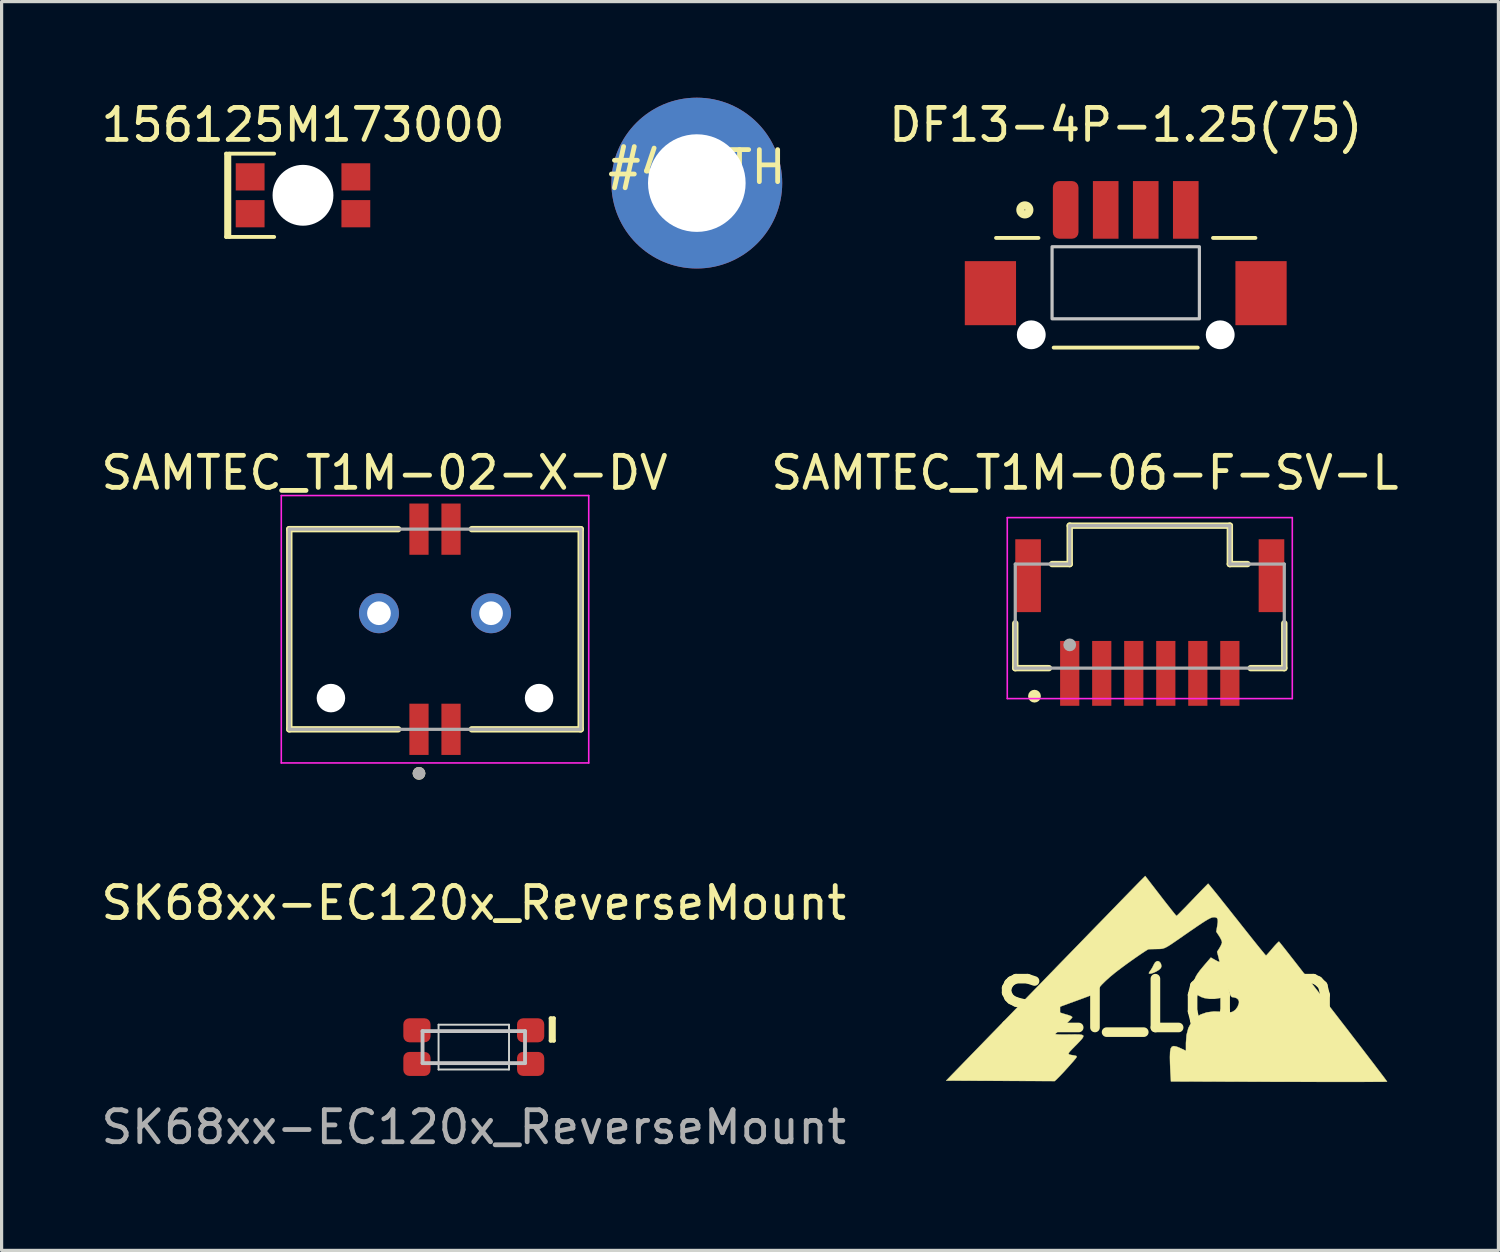
<source format=kicad_pcb>
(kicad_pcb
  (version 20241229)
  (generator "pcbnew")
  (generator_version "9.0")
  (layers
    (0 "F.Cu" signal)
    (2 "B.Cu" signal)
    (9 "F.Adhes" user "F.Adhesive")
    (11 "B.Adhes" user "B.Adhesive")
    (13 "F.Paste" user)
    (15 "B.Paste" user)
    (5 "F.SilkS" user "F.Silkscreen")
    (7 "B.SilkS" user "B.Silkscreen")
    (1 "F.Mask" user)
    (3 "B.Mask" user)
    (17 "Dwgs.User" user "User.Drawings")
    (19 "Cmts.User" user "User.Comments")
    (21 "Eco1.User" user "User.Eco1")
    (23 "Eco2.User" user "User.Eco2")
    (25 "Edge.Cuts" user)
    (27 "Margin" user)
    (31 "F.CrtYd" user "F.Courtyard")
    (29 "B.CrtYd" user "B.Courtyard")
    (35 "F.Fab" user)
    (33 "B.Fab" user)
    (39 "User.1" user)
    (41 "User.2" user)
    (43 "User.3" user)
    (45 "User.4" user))
  (footprint "DF13-4P-1.25(75)"
    (layer "F.Cu")
    (at 32.101 4.404)
    (property "Reference" "DF13-4P-1.25(75)" (at 0 -3.556 0) (layer "F.SilkS") (effects (font (size 1 1) (thickness 0.15))))
    (attr through_hole)
    (fp_line (start -4.05 -0.025) (end -2.725 -0.025) (stroke (width 0.12) (type solid)) (layer "F.SilkS"))
    (fp_line (start -2.25 3.4) (end 2.25 3.4) (stroke (width 0.12) (type solid)) (layer "F.SilkS"))
    (fp_line (start 4.05 -0.025) (end 2.725 -0.025) (stroke (width 0.12) (type solid)) (layer "F.SilkS"))
    (fp_circle (center -3.15 -0.9) (end -3.009 -0.9) (stroke (width 0.254) (type solid)) (fill no) (layer "F.SilkS"))
    (fp_poly (pts (xy 2.3 2.5) (xy -2.3 2.5) (xy -2.3 0.25) (xy 2.3 0.25)) (stroke (width 0.1) (type solid)) (fill no) (layer "Dwgs.User"))
    (pad "" np_thru_hole circle (at -2.95 3 180) (size 0.9 0.9) (drill 0.9) (layers "*.Cu" "*.Mask"))
    (pad "" np_thru_hole circle (at 2.95 3 180) (size 0.9 0.9) (drill 0.9) (layers "*.Cu" "*.Mask"))
    (pad "1" smd roundrect (at -1.875 -0.9) (size 0.8 1.8) (layers "F.Cu" "F.Mask" "F.Paste") (roundrect_rratio 0.25))
    (pad "2" smd rect (at -0.625 -0.9) (size 0.8 1.8) (layers "F.Cu" "F.Mask" "F.Paste"))
    (pad "3" smd rect (at 0.625 -0.9) (size 0.8 1.8) (layers "F.Cu" "F.Mask" "F.Paste"))
    (pad "4" smd rect (at 1.875 -0.9) (size 0.8 1.8) (layers "F.Cu" "F.Mask" "F.Paste"))
    (pad "5" smd rect (at -4.225 1.7) (size 1.6 2) (layers "F.Cu" "F.Mask" "F.Paste"))
    (pad "5" smd rect (at 4.225 1.7 180) (size 1.6 2) (layers "F.Cu" "F.Mask" "F.Paste")))
  (footprint "#4_PTH"
    (layer "F.Cu")
    (at 18.708 2.667)
    (property "Reference" "#4_PTH" (at 0 -0.5 0) (unlocked yes) (layer "F.SilkS") (effects (font (size 1 1) (thickness 0.15))))
    (pad "1" thru_hole circle (at 0 0) (size 5.334 5.334) (drill 3.048) (layers "*.Cu" "*.Mask")))
  (footprint "SAMTEC_T1M-06-F-SV-L"
    (layer "F.Cu")
    (at 32.852 15.588)
    (property "Reference" "SAMTEC_T1M-06-F-SV-L" (at -2.025 -3.875 0) (layer "F.SilkS") (effects (font (size 1 1) (thickness 0.15))))
    (attr through_hole)
    (fp_line (start -4.2 2.225) (end -4.2 0.825) (stroke (width 0.2) (type solid)) (layer "F.SilkS"))
    (fp_line (start -4.2 2.225) (end -3.15 2.225) (stroke (width 0.2) (type solid)) (layer "F.SilkS"))
    (fp_line (start -3.05 -1.025) (end -2.5 -1.025) (stroke (width 0.2) (type solid)) (layer "F.SilkS"))
    (fp_line (start -2.5 -2.225) (end 2.5 -2.225) (stroke (width 0.2) (type solid)) (layer "F.SilkS"))
    (fp_line (start -2.5 -1.025) (end -2.5 -2.225) (stroke (width 0.2) (type solid)) (layer "F.SilkS"))
    (fp_line (start 2.5 -1.025) (end 2.5 -2.225) (stroke (width 0.2) (type solid)) (layer "F.SilkS"))
    (fp_line (start 3.05 -1.025) (end 2.5 -1.025) (stroke (width 0.2) (type solid)) (layer "F.SilkS"))
    (fp_line (start 4.2 2.225) (end 3.15 2.225) (stroke (width 0.2) (type solid)) (layer "F.SilkS"))
    (fp_line (start 4.2 2.225) (end 4.2 0.825) (stroke (width 0.2) (type solid)) (layer "F.SilkS"))
    (fp_circle (center -3.6 3.1) (end -3.5 3.1) (stroke (width 0.2) (type solid)) (fill no) (layer "F.SilkS"))
    (fp_line (start -4.45 -2.475) (end 4.45 -2.475) (stroke (width 0.05) (type solid)) (layer "F.CrtYd"))
    (fp_line (start -4.45 3.175) (end -4.45 -2.475) (stroke (width 0.05) (type solid)) (layer "F.CrtYd"))
    (fp_line (start 4.45 -2.475) (end 4.45 3.175) (stroke (width 0.05) (type solid)) (layer "F.CrtYd"))
    (fp_line (start 4.45 3.175) (end -4.45 3.175) (stroke (width 0.05) (type solid)) (layer "F.CrtYd"))
    (fp_line (start -4.2 -1.025) (end -2.5 -1.025) (stroke (width 0.1) (type solid)) (layer "F.Fab"))
    (fp_line (start -4.2 2.225) (end -4.2 -1.025) (stroke (width 0.1) (type solid)) (layer "F.Fab"))
    (fp_line (start -4.2 2.225) (end 4.2 2.225) (stroke (width 0.1) (type solid)) (layer "F.Fab"))
    (fp_line (start -2.5 -2.225) (end 2.5 -2.225) (stroke (width 0.1) (type solid)) (layer "F.Fab"))
    (fp_line (start -2.5 -1.025) (end -2.5 -2.225) (stroke (width 0.1) (type solid)) (layer "F.Fab"))
    (fp_line (start 2.5 -1.025) (end 2.5 -2.225) (stroke (width 0.1) (type solid)) (layer "F.Fab"))
    (fp_line (start 4.2 -1.025) (end 2.5 -1.025) (stroke (width 0.1) (type solid)) (layer "F.Fab"))
    (fp_line (start 4.2 2.225) (end 4.2 -1.025) (stroke (width 0.1) (type solid)) (layer "F.Fab"))
    (fp_circle (center -2.5 1.498) (end -2.4 1.498) (stroke (width 0.2) (type solid)) (fill no) (layer "F.Fab"))
    (pad "1" smd rect (at -2.5 2.388) (size 0.6 2.025) (layers "F.Cu" "F.Mask" "F.Paste"))
    (pad "2" smd rect (at -1.5 2.388) (size 0.6 2.025) (layers "F.Cu" "F.Mask" "F.Paste"))
    (pad "3" smd rect (at -0.5 2.388) (size 0.6 2.025) (layers "F.Cu" "F.Mask" "F.Paste"))
    (pad "4" smd rect (at 0.5 2.388) (size 0.6 2.025) (layers "F.Cu" "F.Mask" "F.Paste"))
    (pad "5" smd rect (at 1.5 2.388) (size 0.6 2.025) (layers "F.Cu" "F.Mask" "F.Paste"))
    (pad "6" smd rect (at 2.5 2.388) (size 0.6 2.025) (layers "F.Cu" "F.Mask" "F.Paste"))
    (pad "S1" smd rect (at -3.8 -0.662) (size 0.8 2.275) (layers "F.Cu" "F.Mask" "F.Paste"))
    (pad "S2" smd rect (at 3.8 -0.662) (size 0.8 2.275) (layers "F.Cu" "F.Mask" "F.Paste")))
  (footprint "SLI_LOGO"
    (layer "F.Cu")
    (at 33.354 28.344)
    (property "Reference" "SLI_LOGO" (at 0 0 0) (layer "F.SilkS") (effects (font (size 1.524 1.524) (thickness 0.3))))
    (attr through_hole)
    (fp_poly (pts (xy -0.218 -1.378) (xy -0.167 -1.326) (xy -0.153 -1.296) (xy -0.137 -1.226) (xy -0.156 -1.167) (xy -0.216 -1.11) (xy -0.3 -1.059) (xy -0.385 -1.019) (xy -0.46 -0.995) (xy -0.514 -0.99) (xy -0.533 -1.005) (xy -0.52 -1.033) (xy -0.486 -1.084) (xy -0.474 -1.1) (xy -0.424 -1.179) (xy -0.384 -1.259) (xy -0.382 -1.265) (xy -0.334 -1.346) (xy -0.276 -1.384) (xy -0.218 -1.378)) (stroke (width 0.01) (type solid)) (fill yes) (layer "F.SilkS"))
    (fp_poly (pts (xy -0.164 -3.418) (xy -0.045 -3.264) (xy 0.065 -3.124) (xy 0.161 -3.002) (xy 0.239 -2.904) (xy 0.296 -2.834) (xy 0.328 -2.798) (xy 0.333 -2.794) (xy 0.354 -2.812) (xy 0.405 -2.861) (xy 0.482 -2.939) (xy 0.58 -3.038) (xy 0.694 -3.156) (xy 0.82 -3.287) (xy 0.828 -3.296) (xy 0.954 -3.428) (xy 1.069 -3.547) (xy 1.168 -3.649) (xy 1.246 -3.728) (xy 1.298 -3.781) (xy 1.32 -3.802) (xy 1.32 -3.802) (xy 1.338 -3.784) (xy 1.384 -3.729) (xy 1.456 -3.641) (xy 1.551 -3.524) (xy 1.666 -3.382) (xy 1.797 -3.216) (xy 1.944 -3.033) (xy 2.101 -2.833) (xy 2.223 -2.68) (xy 2.387 -2.472) (xy 2.542 -2.277) (xy 2.685 -2.097) (xy 2.812 -1.938) (xy 2.922 -1.801) (xy 3.012 -1.692) (xy 3.077 -1.612) (xy 3.117 -1.567) (xy 3.127 -1.557) (xy 3.149 -1.577) (xy 3.196 -1.629) (xy 3.261 -1.703) (xy 3.325 -1.778) (xy 3.4 -1.865) (xy 3.465 -1.935) (xy 3.512 -1.98) (xy 3.531 -1.994) (xy 3.549 -1.974) (xy 3.595 -1.917) (xy 3.667 -1.827) (xy 3.763 -1.705) (xy 3.88 -1.556) (xy 4.016 -1.382) (xy 4.168 -1.187) (xy 4.334 -0.973) (xy 4.511 -0.745) (xy 4.697 -0.505) (xy 4.89 -0.256) (xy 5.086 -0.001) (xy 5.285 0.256) (xy 5.482 0.512) (xy 5.677 0.764) (xy 5.865 1.009) (xy 6.046 1.244) (xy 6.216 1.466) (xy 6.373 1.671) (xy 6.515 1.856) (xy 6.638 2.019) (xy 6.742 2.155) (xy 6.823 2.262) (xy 6.878 2.337) (xy 6.906 2.376) (xy 6.909 2.381) (xy 6.884 2.383) (xy 6.811 2.384) (xy 6.693 2.386) (xy 6.534 2.386) (xy 6.335 2.387) (xy 6.101 2.388) (xy 5.833 2.388) (xy 5.535 2.388) (xy 5.21 2.388) (xy 4.861 2.388) (xy 4.49 2.387) (xy 4.101 2.386) (xy 3.696 2.385) (xy 3.534 2.385) (xy 0.159 2.375) (xy 0.143 2.111) (xy 0.136 1.962) (xy 0.13 1.796) (xy 0.127 1.642) (xy 0.127 1.598) (xy 0.132 1.45) (xy 0.15 1.348) (xy 0.187 1.289) (xy 0.246 1.269) (xy 0.333 1.285) (xy 0.452 1.334) (xy 0.472 1.343) (xy 0.627 1.417) (xy 0.627 1.172) (xy 0.645 0.925) (xy 0.701 0.712) (xy 0.793 0.533) (xy 0.921 0.391) (xy 1.082 0.285) (xy 1.276 0.218) (xy 1.503 0.188) (xy 1.759 0.199) (xy 1.784 0.202) (xy 1.901 0.215) (xy 1.982 0.217) (xy 2.043 0.21) (xy 2.093 0.193) (xy 2.17 0.138) (xy 2.235 0.051) (xy 2.277 -0.048) (xy 2.286 -0.112) (xy 2.263 -0.179) (xy 2.203 -0.229) (xy 2.121 -0.253) (xy 2.105 -0.254) (xy 2.062 -0.261) (xy 2.032 -0.289) (xy 2.003 -0.35) (xy 1.991 -0.381) (xy 1.963 -0.452) (xy 1.94 -0.498) (xy 1.93 -0.508) (xy 1.911 -0.487) (xy 1.88 -0.433) (xy 1.855 -0.383) (xy 1.815 -0.307) (xy 1.775 -0.264) (xy 1.718 -0.239) (xy 1.687 -0.231) (xy 1.524 -0.205) (xy 1.356 -0.205) (xy 1.2 -0.23) (xy 1.105 -0.263) (xy 0.996 -0.321) (xy 0.928 -0.379) (xy 0.892 -0.453) (xy 0.878 -0.554) (xy 0.876 -0.619) (xy 0.881 -0.716) (xy 0.896 -0.802) (xy 0.928 -0.886) (xy 0.98 -0.976) (xy 1.056 -1.082) (xy 1.163 -1.212) (xy 1.205 -1.262) (xy 1.405 -1.495) (xy 1.541 -1.418) (xy 1.611 -1.381) (xy 1.66 -1.36) (xy 1.676 -1.359) (xy 1.67 -1.392) (xy 1.655 -1.457) (xy 1.638 -1.525) (xy 1.6 -1.674) (xy 1.676 -1.794) (xy 1.719 -1.872) (xy 1.747 -1.942) (xy 1.753 -1.974) (xy 1.739 -2.026) (xy 1.703 -2.1) (xy 1.663 -2.168) (xy 1.573 -2.303) (xy 1.605 -2.486) (xy 1.621 -2.607) (xy 1.618 -2.686) (xy 1.592 -2.732) (xy 1.541 -2.752) (xy 1.493 -2.753) (xy 1.458 -2.749) (xy 1.416 -2.737) (xy 1.364 -2.713) (xy 1.296 -2.676) (xy 1.209 -2.623) (xy 1.097 -2.55) (xy 0.957 -2.456) (xy 0.785 -2.338) (xy 0.584 -2.199) (xy 0.408 -2.076) (xy 0.267 -1.979) (xy 0.157 -1.904) (xy 0.07 -1.849) (xy 0.001 -1.811) (xy -0.056 -1.786) (xy -0.106 -1.772) (xy -0.157 -1.765) (xy -0.214 -1.762) (xy -0.279 -1.761) (xy -0.384 -1.759) (xy -0.472 -1.757) (xy -0.528 -1.755) (xy -0.537 -1.755) (xy -0.57 -1.74) (xy -0.637 -1.699) (xy -0.732 -1.637) (xy -0.847 -1.559) (xy -0.977 -1.469) (xy -1.114 -1.372) (xy -1.252 -1.273) (xy -1.384 -1.175) (xy -1.504 -1.085) (xy -1.582 -1.024) (xy -1.74 -0.894) (xy -1.88 -0.768) (xy -1.998 -0.652) (xy -2.085 -0.552) (xy -2.136 -0.477) (xy -2.178 -0.411) (xy -2.222 -0.364) (xy -2.231 -0.358) (xy -2.267 -0.342) (xy -2.344 -0.313) (xy -2.455 -0.271) (xy -2.592 -0.22) (xy -2.749 -0.162) (xy -2.885 -0.113) (xy -3.052 -0.052) (xy -3.204 0.004) (xy -3.335 0.052) (xy -3.437 0.09) (xy -3.503 0.116) (xy -3.527 0.126) (xy -3.527 0.138) (xy -3.494 0.157) (xy -3.423 0.185) (xy -3.311 0.222) (xy -3.155 0.27) (xy -3.029 0.307) (xy -2.964 0.332) (xy -2.925 0.36) (xy -2.921 0.37) (xy -2.939 0.398) (xy -2.988 0.452) (xy -3.062 0.525) (xy -3.154 0.611) (xy -3.185 0.639) (xy -3.281 0.726) (xy -3.362 0.802) (xy -3.42 0.859) (xy -3.45 0.891) (xy -3.452 0.896) (xy -3.429 0.901) (xy -3.363 0.906) (xy -3.263 0.909) (xy -3.136 0.909) (xy -3.017 0.908) (xy -2.837 0.906) (xy -2.705 0.908) (xy -2.62 0.919) (xy -2.578 0.942) (xy -2.579 0.982) (xy -2.618 1.043) (xy -2.695 1.128) (xy -2.806 1.243) (xy -2.821 1.257) (xy -2.924 1.362) (xy -2.994 1.436) (xy -3.032 1.485) (xy -3.037 1.516) (xy -3.012 1.534) (xy -2.957 1.547) (xy -2.873 1.56) (xy -2.864 1.562) (xy -2.803 1.575) (xy -2.783 1.593) (xy -2.793 1.625) (xy -2.82 1.661) (xy -2.874 1.726) (xy -2.949 1.812) (xy -3.036 1.91) (xy -3.129 2.013) (xy -3.22 2.112) (xy -3.303 2.199) (xy -3.369 2.266) (xy -3.383 2.28) (xy -3.47 2.363) (xy -5.165 2.356) (xy -6.861 2.349) (xy -3.936 -0.66) (xy -3.614 -0.992) (xy -3.3 -1.316) (xy -2.995 -1.629) (xy -2.702 -1.93) (xy -2.423 -2.218) (xy -2.159 -2.489) (xy -1.913 -2.741) (xy -1.687 -2.974) (xy -1.483 -3.184) (xy -1.302 -3.37) (xy -1.147 -3.529) (xy -1.02 -3.659) (xy -0.923 -3.759) (xy -0.857 -3.826) (xy -0.828 -3.856) (xy -0.644 -4.041) (xy -0.164 -3.418)) (stroke (width 0.01) (type solid)) (fill yes) (layer "F.SilkS")))
  (footprint "SK68xx-EC120x_ReverseMount"
    (layer "F.Cu")
    (at 11.744 29.646)
    (property "Reference" "SK68xx-EC120x_ReverseMount" (at 0 -4.5 0) (unlocked yes) (layer "F.SilkS") (effects (font (size 1 1) (thickness 0.15))))
    (attr smd)
    (fp_line (start 2.4 -0.9) (end 2.5 -0.9) (stroke (width 0.12) (type solid)) (layer "F.SilkS"))
    (fp_line (start 2.4 -0.2) (end 2.4 -0.9) (stroke (width 0.12) (type solid)) (layer "F.SilkS"))
    (fp_line (start 2.5 -0.9) (end 2.5 -0.2) (stroke (width 0.12) (type solid)) (layer "F.SilkS"))
    (fp_line (start 2.5 -0.2) (end 2.4 -0.2) (stroke (width 0.12) (type solid)) (layer "F.SilkS"))
    (fp_line (start -1.6 -0.5) (end 1.6 -0.5) (stroke (width 0.12) (type solid)) (layer "Dwgs.User"))
    (fp_line (start -1.6 0.5) (end -1.6 -0.5) (stroke (width 0.12) (type solid)) (layer "Dwgs.User"))
    (fp_line (start -1.6 0.5) (end 1.6 0.5) (stroke (width 0.12) (type solid)) (layer "Dwgs.User"))
    (fp_line (start 1.6 0.5) (end 1.6 -0.5) (stroke (width 0.12) (type solid)) (layer "Dwgs.User"))
    (fp_line (start -1.1 -0.7) (end 1.1 -0.7) (stroke (width 0.06) (type solid)) (layer "Edge.Cuts"))
    (fp_line (start -1.1 0.7) (end -1.1 -0.7) (stroke (width 0.06) (type solid)) (layer "Edge.Cuts"))
    (fp_line (start -1.1 0.7) (end 1.1 0.7) (stroke (width 0.06) (type solid)) (layer "Edge.Cuts"))
    (fp_line (start 1.1 0.7) (end 1.1 -0.7) (stroke (width 0.06) (type solid)) (layer "Edge.Cuts"))
    (fp_line (start -1 -0.5) (end 1 -0.5) (stroke (width 0.12) (type solid)) (layer "User.2"))
    (fp_line (start -1 0.5) (end 1 0.5) (stroke (width 0.12) (type solid)) (layer "User.2"))
    (fp_text user "${REFERENCE}" (at 0 2.5 0) (unlocked yes) (layer "F.Fab") (effects (font (size 1 1) (thickness 0.15))))
    (pad "1" smd roundrect (at 1.775 -0.525) (size 0.85 0.75) (layers "F.Cu" "F.Mask" "F.Paste") (roundrect_rratio 0.25))
    (pad "2" smd roundrect (at 1.775 0.525) (size 0.85 0.75) (layers "F.Cu" "F.Mask" "F.Paste") (roundrect_rratio 0.25))
    (pad "3" smd roundrect (at -1.775 0.525) (size 0.85 0.75) (layers "F.Cu" "F.Mask" "F.Paste") (roundrect_rratio 0.25))
    (pad "4" smd roundrect (at -1.775 -0.525) (size 0.85 0.75) (layers "F.Cu" "F.Mask" "F.Paste") (roundrect_rratio 0.25)))
  (footprint "156125M173000"
    (layer "F.Cu")
    (at 6.411 3.048)
    (property "Reference" "156125M173000" (at 0 -2.2 0) (layer "F.SilkS") (effects (font (size 1 1) (thickness 0.15))))
    (attr through_hole)
    (fp_line (start -2.4 -1.3) (end -2.4 1.3) (stroke (width 0.12) (type solid)) (layer "F.SilkS"))
    (fp_line (start -2.3 -1.3) (end -2.3 1.3) (stroke (width 0.12) (type solid)) (layer "F.SilkS"))
    (fp_line (start -0.9 -1.3) (end -2.4 -1.3) (stroke (width 0.12) (type solid)) (layer "F.SilkS"))
    (fp_line (start -0.9 1.3) (end -2.4 1.3) (stroke (width 0.12) (type solid)) (layer "F.SilkS"))
    (pad "" np_thru_hole circle (at 0 0 180) (size 1.9 1.9) (drill 1.9) (layers "*.Cu" "*.Mask"))
    (pad "1" smd rect (at -1.65 -0.575) (size 0.9 0.85) (layers "F.Cu" "F.Mask" "F.Paste"))
    (pad "2" smd rect (at -1.65 0.575) (size 0.9 0.85) (layers "F.Cu" "F.Mask" "F.Paste"))
    (pad "3" smd rect (at 1.65 0.575 180) (size 0.9 0.85) (layers "F.Cu" "F.Mask" "F.Paste"))
    (pad "4" smd rect (at 1.65 -0.575 180) (size 0.9 0.85) (layers "F.Cu" "F.Mask" "F.Paste")))
  (footprint "SAMTEC_T1M-02-X-DV"
    (layer "F.Cu")
    (at 10.533 16.598)
    (property "Reference" "SAMTEC_T1M-02-X-DV" (at -1.575 -4.885 0) (layer "F.SilkS") (effects (font (size 1 1) (thickness 0.15))))
    (attr smd)
    (fp_line (start -4.55 -3.125) (end -1.15 -3.125) (stroke (width 0.2) (type solid)) (layer "F.SilkS"))
    (fp_line (start -4.55 3.125) (end -4.55 -3.125) (stroke (width 0.2) (type solid)) (layer "F.SilkS"))
    (fp_line (start -4.55 3.125) (end -1.15 3.125) (stroke (width 0.2) (type solid)) (layer "F.SilkS"))
    (fp_line (start 1.15 -3.125) (end 4.55 -3.125) (stroke (width 0.2) (type solid)) (layer "F.SilkS"))
    (fp_line (start 1.15 3.125) (end 4.55 3.125) (stroke (width 0.2) (type solid)) (layer "F.SilkS"))
    (fp_line (start 4.55 -3.125) (end 4.55 3.125) (stroke (width 0.2) (type solid)) (layer "F.SilkS"))
    (fp_circle (center -0.5 4.5) (end -0.4 4.5) (stroke (width 0.2) (type solid)) (fill no) (layer "F.SilkS"))
    (fp_circle (center -1.75 -0.5) (end -1.375 -0.5) (stroke (width 0.75) (type solid)) (fill no) (layer "F.Paste"))
    (fp_circle (center 1.75 -0.5) (end 2.125 -0.5) (stroke (width 0.75) (type solid)) (fill no) (layer "F.Paste"))
    (fp_line (start -4.8 -4.175) (end -4.8 4.175) (stroke (width 0.05) (type solid)) (layer "F.CrtYd"))
    (fp_line (start -4.8 4.175) (end 4.8 4.175) (stroke (width 0.05) (type solid)) (layer "F.CrtYd"))
    (fp_line (start 4.8 -4.175) (end -4.8 -4.175) (stroke (width 0.05) (type solid)) (layer "F.CrtYd"))
    (fp_line (start 4.8 4.175) (end 4.8 -4.175) (stroke (width 0.05) (type solid)) (layer "F.CrtYd"))
    (fp_line (start -4.55 -3.125) (end 4.55 -3.125) (stroke (width 0.1) (type solid)) (layer "F.Fab"))
    (fp_line (start -4.55 3.125) (end -4.55 -3.125) (stroke (width 0.1) (type solid)) (layer "F.Fab"))
    (fp_line (start 4.55 -3.125) (end 4.55 3.125) (stroke (width 0.1) (type solid)) (layer "F.Fab"))
    (fp_line (start 4.55 3.125) (end -4.55 3.125) (stroke (width 0.1) (type solid)) (layer "F.Fab"))
    (fp_circle (center -0.5 4.5) (end -0.4 4.5) (stroke (width 0.2) (type solid)) (fill no) (layer "F.Fab"))
    (pad "" np_thru_hole circle (at -3.25 2.15) (size 0.89 0.89) (drill 0.89) (layers "*.Cu" "*.Mask"))
    (pad "" np_thru_hole circle (at 3.25 2.15) (size 0.89 0.89) (drill 0.89) (layers "*.Cu" "*.Mask"))
    (pad "1" smd rect (at -0.5 3.125) (size 0.6 1.6) (layers "F.Cu" "F.Mask" "F.Paste"))
    (pad "2" smd rect (at -0.5 -3.125) (size 0.6 1.6) (layers "F.Cu" "F.Mask" "F.Paste"))
    (pad "3" smd rect (at 0.5 3.125) (size 0.6 1.6) (layers "F.Cu" "F.Mask" "F.Paste"))
    (pad "4" smd rect (at 0.5 -3.125) (size 0.6 1.6) (layers "F.Cu" "F.Mask" "F.Paste"))
    (pad "S1" thru_hole circle (at -1.75 -0.5) (size 1.248 1.248) (drill 0.74) (layers "*.Cu" "*.Mask"))
    (pad "S2" thru_hole circle (at 1.75 -0.5) (size 1.248 1.248) (drill 0.74) (layers "*.Cu" "*.Mask")))
  (gr_rect
    (start -3 -3)
    (end 43.738 35.994)
    (stroke (width 0.1) (type default))
    (fill no)
    (layer "Edge.Cuts")))
</source>
